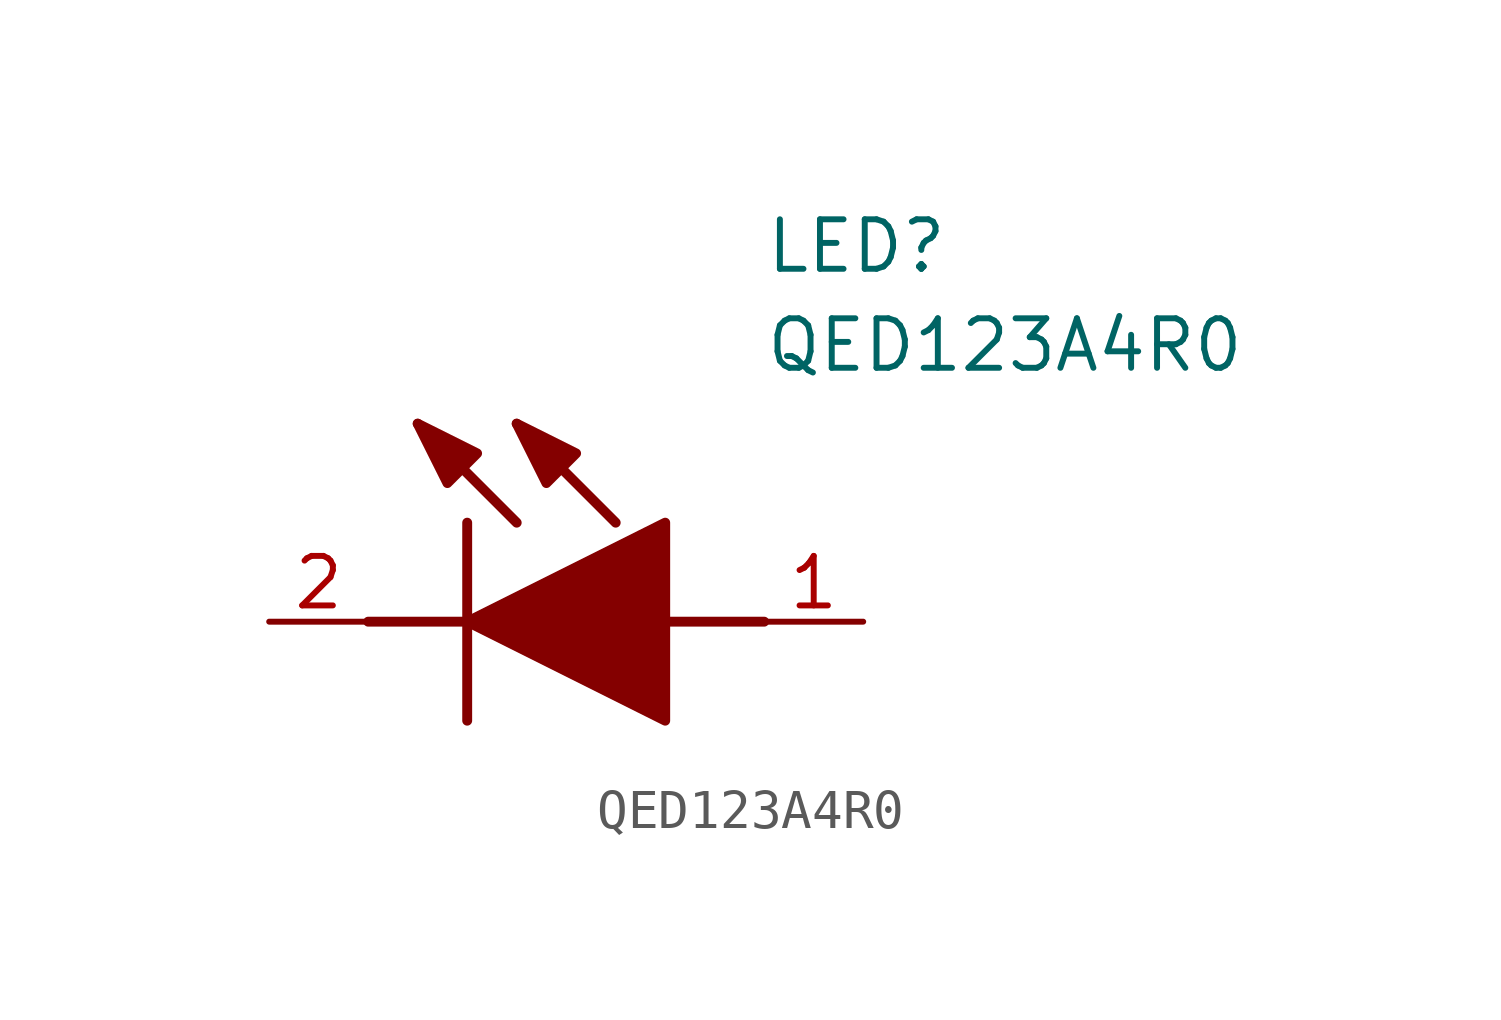
<source format=kicad_sym>
(kicad_symbol_lib
  (version 20211014)
  (generator SamacSys_ECAD_Model)
  (symbol "QED123A4R0"
    (pin_names hide)
    (property "Reference" "LED"
      (at 12.7 8.89 0)
      (effects (font (size 1.27 1.27)) (justify left bottom)))
    (property "Value" "QED123A4R0"
      (at 12.7 6.35 0)
      (effects (font (size 1.27 1.27)) (justify left bottom)))
    (polyline
      (pts (xy 5.08 2.54) (xy 5.08 -2.54))
      (stroke (width 0.254) (type default))
      (fill (type none)))
    (polyline
      (pts (xy 6.35 2.54) (xy 3.81 5.08))
      (stroke (width 0.254) (type default))
      (fill (type none)))
    (polyline
      (pts (xy 8.89 2.54) (xy 6.35 5.08))
      (stroke (width 0.254) (type default))
      (fill (type none)))
    (polyline
      (pts (xy 2.54 0) (xy 5.08 0))
      (stroke (width 0.254) (type default))
      (fill (type none)))
    (polyline
      (pts (xy 10.16 0) (xy 12.7 0))
      (stroke (width 0.254) (type default))
      (fill (type none)))
    (polyline
      (pts (xy 5.08 0) (xy 10.16 2.54) (xy 10.16 -2.54) (xy 5.08 0))
      (stroke (width 0.254) (type default))
      (fill (type outline)))
    (polyline
      (pts (xy 5.334 4.318) (xy 4.572 3.556) (xy 3.81 5.08) (xy 5.334 4.318))
      (stroke (width 0.254) (type default))
      (fill (type outline)))
    (polyline
      (pts (xy 7.874 4.318) (xy 7.112 3.556) (xy 6.35 5.08) (xy 7.874 4.318))
      (stroke (width 0.254) (type default))
      (fill (type outline)))
    (pin passive line
      (at 0 0 0)
      (length 2.54)
      (name "K" (effects (font (size 1.27 1.27))))
      (number "2" (effects (font (size 1.27 1.27)))))
    (pin passive line
      (at 15.24 0 180)
      (length 2.54)
      (name "A" (effects (font (size 1.27 1.27))))
      (number "1" (effects (font (size 1.27 1.27)))))))
</source>
